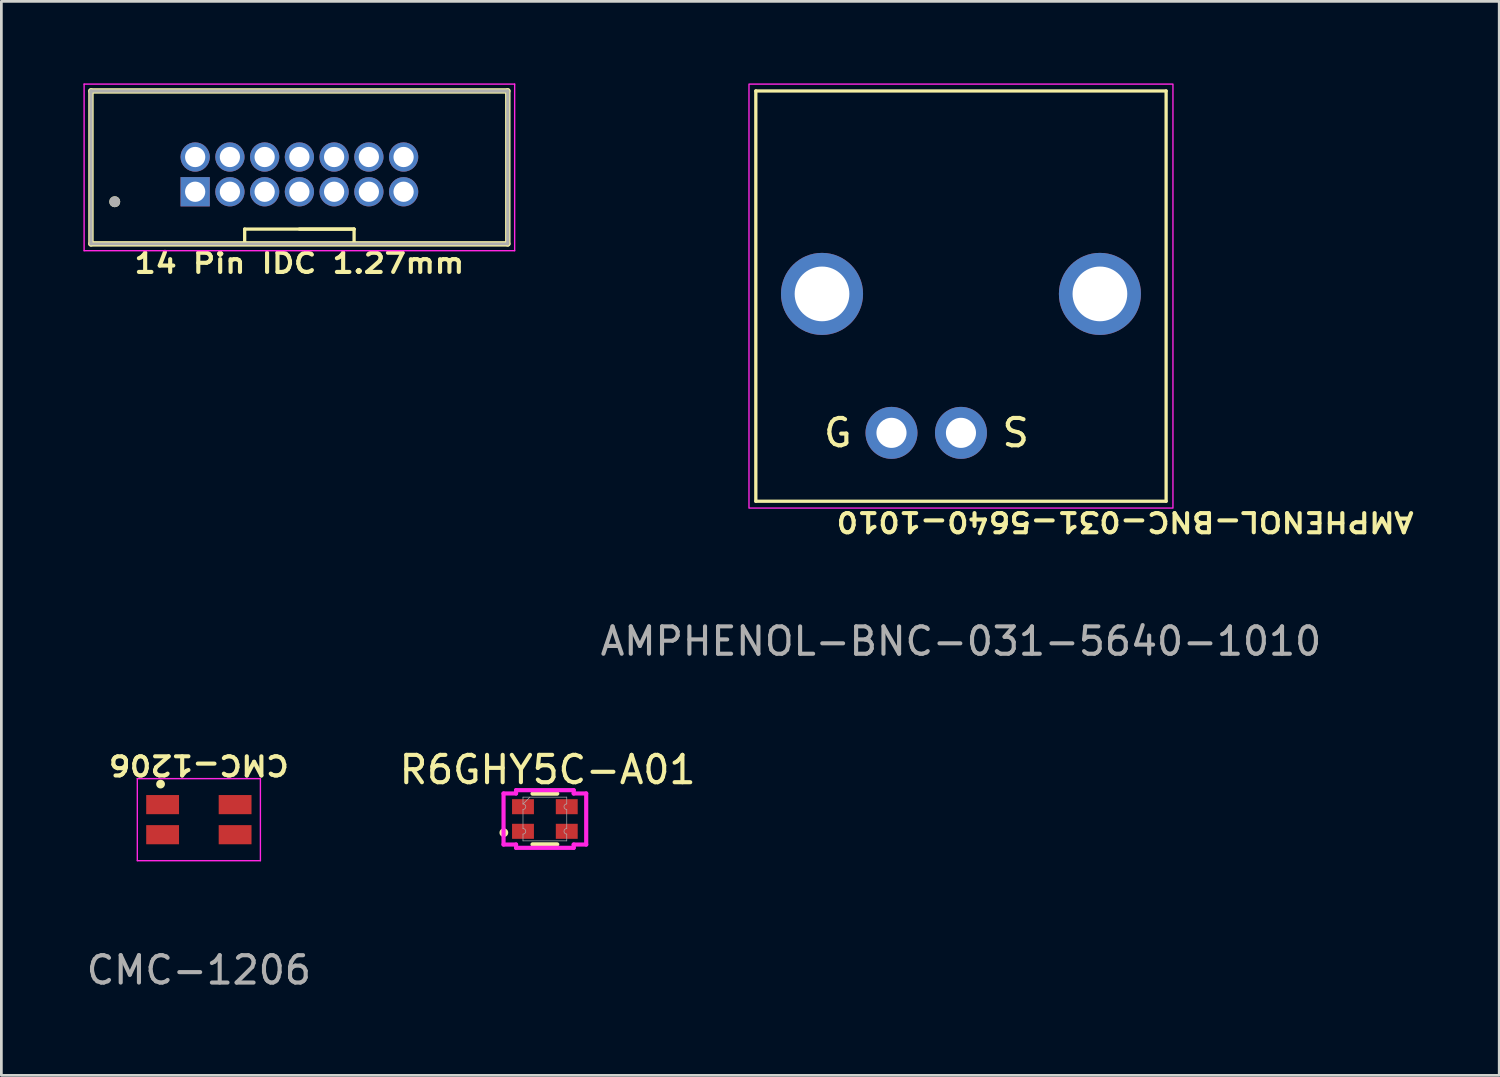
<source format=kicad_pcb>
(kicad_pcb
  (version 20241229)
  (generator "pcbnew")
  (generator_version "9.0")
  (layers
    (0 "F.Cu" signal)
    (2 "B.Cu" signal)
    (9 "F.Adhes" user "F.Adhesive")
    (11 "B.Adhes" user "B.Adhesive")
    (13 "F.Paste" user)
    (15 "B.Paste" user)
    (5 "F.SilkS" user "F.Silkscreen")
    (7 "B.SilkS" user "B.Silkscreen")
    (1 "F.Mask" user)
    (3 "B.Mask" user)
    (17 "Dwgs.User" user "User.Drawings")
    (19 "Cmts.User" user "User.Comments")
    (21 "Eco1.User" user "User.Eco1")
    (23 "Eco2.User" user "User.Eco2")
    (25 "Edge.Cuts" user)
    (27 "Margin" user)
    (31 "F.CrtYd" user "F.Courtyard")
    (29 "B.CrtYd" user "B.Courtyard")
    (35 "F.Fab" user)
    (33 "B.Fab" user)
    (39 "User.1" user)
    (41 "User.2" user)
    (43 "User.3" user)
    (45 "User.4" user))
  (footprint "R6GHY5C-A01"
    (layer "F.Cu")
    (at 16.87 26.892)
    (property "Reference" "R6GHY5C-A01" (at 0.1 -1.8 0) (unlocked yes) (layer "F.SilkS") (effects (font (size 1 1) (thickness 0.15))))
    (attr smd)
    (fp_line (start -0.452 -0.927) (end 0.452 -0.927) (stroke (width 0.152) (type solid)) (layer "F.SilkS"))
    (fp_line (start -0.452 0.927) (end 0.452 0.927) (stroke (width 0.152) (type solid)) (layer "F.SilkS"))
    (fp_circle (center -1.5 0.5) (end -1.4 0.5) (stroke (width 0.12) (type solid)) (fill yes) (layer "F.SilkS"))
    (fp_line (start -1.511 -0.933) (end -1.054 -0.933) (stroke (width 0.152) (type solid)) (layer "F.CrtYd"))
    (fp_line (start -1.511 0.933) (end -1.511 -0.933) (stroke (width 0.152) (type solid)) (layer "F.CrtYd"))
    (fp_line (start -1.511 0.933) (end -1.054 0.933) (stroke (width 0.152) (type solid)) (layer "F.CrtYd"))
    (fp_line (start -1.054 -1.054) (end 1.054 -1.054) (stroke (width 0.152) (type solid)) (layer "F.CrtYd"))
    (fp_line (start -1.054 -0.933) (end -1.054 -1.054) (stroke (width 0.152) (type solid)) (layer "F.CrtYd"))
    (fp_line (start -1.054 1.054) (end -1.054 0.933) (stroke (width 0.152) (type solid)) (layer "F.CrtYd"))
    (fp_line (start 1.054 -1.054) (end 1.054 -0.933) (stroke (width 0.152) (type solid)) (layer "F.CrtYd"))
    (fp_line (start 1.054 0.933) (end 1.054 1.054) (stroke (width 0.152) (type solid)) (layer "F.CrtYd"))
    (fp_line (start 1.054 1.054) (end -1.054 1.054) (stroke (width 0.152) (type solid)) (layer "F.CrtYd"))
    (fp_line (start 1.511 -0.933) (end 1.054 -0.933) (stroke (width 0.152) (type solid)) (layer "F.CrtYd"))
    (fp_line (start 1.511 -0.933) (end 1.511 0.933) (stroke (width 0.152) (type solid)) (layer "F.CrtYd"))
    (fp_line (start 1.511 0.933) (end 1.054 0.933) (stroke (width 0.152) (type solid)) (layer "F.CrtYd"))
    (fp_line (start -0.8 -0.8) (end 0.8 -0.8) (stroke (width 0.025) (type solid)) (layer "F.Fab"))
    (fp_line (start -0.8 -0.552) (end -0.8 -0.8) (stroke (width 0.025) (type solid)) (layer "F.Fab"))
    (fp_line (start -0.8 -0.348) (end -0.8 0.348) (stroke (width 0.025) (type solid)) (layer "F.Fab"))
    (fp_line (start -0.8 0.552) (end -0.8 0.8) (stroke (width 0.025) (type solid)) (layer "F.Fab"))
    (fp_line (start -0.8 0.8) (end 0.8 0.8) (stroke (width 0.025) (type solid)) (layer "F.Fab"))
    (fp_line (start -0.546 -0.8) (end -0.8 -0.546) (stroke (width 0.025) (type solid)) (layer "F.Fab"))
    (fp_line (start 0.8 -0.552) (end 0.8 -0.8) (stroke (width 0.025) (type solid)) (layer "F.Fab"))
    (fp_line (start 0.8 -0.348) (end 0.8 0.348) (stroke (width 0.025) (type solid)) (layer "F.Fab"))
    (fp_line (start 0.8 0.552) (end 0.8 0.8) (stroke (width 0.025) (type solid)) (layer "F.Fab"))
    (fp_arc (start -0.8001 -0.551599) (mid -0.6985 -0.449999) (end -0.8001 -0.348399) (stroke (width 0.0254) (type solid)) (layer "F.Fab"))
    (fp_arc (start -0.8001 0.348399) (mid -0.6985 0.449999) (end -0.8001 0.551599) (stroke (width 0.0254) (type solid)) (layer "F.Fab"))
    (fp_arc (start 0.8001 -0.348399) (mid 0.6985 -0.449999) (end 0.8001 -0.551599) (stroke (width 0.0254) (type solid)) (layer "F.Fab"))
    (fp_arc (start 0.8001 0.551599) (mid 0.6985 0.449999) (end 0.8001 0.348399) (stroke (width 0.0254) (type solid)) (layer "F.Fab"))
    (pad "1" smd rect (at -0.8 0.45) (size 0.8 0.55) (layers "F.Cu" "F.Mask" "F.Paste"))
    (pad "2" smd rect (at -0.8 -0.45) (size 0.8 0.55) (layers "F.Cu" "F.Mask" "F.Paste"))
    (pad "3" smd rect (at 0.8 -0.45) (size 0.8 0.55) (layers "F.Cu" "F.Mask" "F.Paste"))
    (pad "4" smd rect (at 0.8 0.45) (size 0.8 0.55) (layers "F.Cu" "F.Mask" "F.Paste")))
  (footprint "AMPHENOL-BNC-031-5640-1010"
    (layer "F.Cu")
    (at 32.082 12.775)
    (property "Reference" "AMPHENOL-BNC-031-5640-1010" (at 6 3.25 180) (unlocked yes) (layer "F.SilkS") (effects (font (size 0.7 0.8) (thickness 0.15))))
    (attr through_hole)
    (fp_line (start -7.5 -12.5) (end -7.5 2.5) (stroke (width 0.12) (type solid)) (layer "F.SilkS"))
    (fp_line (start -7.5 -12.5) (end 7.5 -12.5) (stroke (width 0.12) (type solid)) (layer "F.SilkS"))
    (fp_line (start -7.5 2.5) (end 7.5 2.5) (stroke (width 0.12) (type solid)) (layer "F.SilkS"))
    (fp_line (start 7.5 -12.5) (end 7.5 2.5) (stroke (width 0.12) (type solid)) (layer "F.SilkS"))
    (fp_rect (start -7.75 -12.75) (end 7.75 2.75) (stroke (width 0.05) (type solid)) (fill no) (layer "F.CrtYd"))
    (fp_text user "G" (at -4.5 0 0) (unlocked yes) (layer "F.SilkS") (effects (font (size 1 1) (thickness 0.15))))
    (fp_text user "S" (at 2 0 0) (unlocked yes) (layer "F.SilkS") (effects (font (size 1 1) (thickness 0.15))))
    (fp_text user "${REFERENCE}" (at 0 7.62 0) (unlocked yes) (layer "F.Fab") (effects (font (size 1 1) (thickness 0.15))))
    (pad "1" thru_hole circle (at 0 0) (size 1.9 1.9) (drill 1.1) (layers "*.Cu" "*.Mask"))
    (pad "2" thru_hole circle (at -5.08 -5.08) (size 3 3) (drill 2) (layers "*.Cu" "*.Mask"))
    (pad "2" thru_hole circle (at -2.54 0) (size 1.9 1.9) (drill 1.1) (layers "*.Cu" "*.Mask"))
    (pad "2" thru_hole circle (at 5.08 -5.08) (size 3 3) (drill 2) (layers "*.Cu" "*.Mask")))
  (footprint "14 Pin IDC 1.27mm"
    (layer "F.Cu")
    (at 7.895 3.325)
    (property "Reference" "14 Pin IDC 1.27mm" (at 0 3.25 180) (layer "F.SilkS") (effects (font (size 0.7 0.8) (thickness 0.15))))
    (attr through_hole)
    (fp_line (start -7.62 2.54) (end -7.62 -3.05) (stroke (width 0.2) (type solid)) (layer "F.SilkS"))
    (fp_line (start -2 2) (end -2 2.5) (stroke (width 0.12) (type default)) (layer "F.SilkS"))
    (fp_line (start -2 2) (end 2 2) (stroke (width 0.12) (type default)) (layer "F.SilkS"))
    (fp_line (start 2 2) (end 0 2) (stroke (width 0.12) (type default)) (layer "F.SilkS"))
    (fp_line (start 2 2) (end 2 2.5) (stroke (width 0.12) (type default)) (layer "F.SilkS"))
    (fp_line (start 7.62 -3.05) (end -7.62 -3.05) (stroke (width 0.2) (type solid)) (layer "F.SilkS"))
    (fp_line (start 7.62 -3.05) (end 7.62 2.54) (stroke (width 0.2) (type solid)) (layer "F.SilkS"))
    (fp_line (start 7.62 2.54) (end -7.62 2.54) (stroke (width 0.2) (type solid)) (layer "F.SilkS"))
    (fp_circle (center -6.75 1) (end -6.65 1) (stroke (width 0.2) (type solid)) (fill no) (layer "F.SilkS"))
    (fp_line (start -7.87 -3.3) (end 7.87 -3.3) (stroke (width 0.05) (type solid)) (layer "F.CrtYd"))
    (fp_line (start -7.87 2.79) (end -7.87 -3.3) (stroke (width 0.05) (type solid)) (layer "F.CrtYd"))
    (fp_line (start 7.87 -3.3) (end 7.87 2.79) (stroke (width 0.05) (type solid)) (layer "F.CrtYd"))
    (fp_line (start 7.87 2.79) (end -7.87 2.79) (stroke (width 0.05) (type solid)) (layer "F.CrtYd"))
    (fp_line (start -7.62 -3.05) (end 7.62 -3.05) (stroke (width 0.1) (type solid)) (layer "F.Fab"))
    (fp_line (start -7.62 -3.05) (end 7.62 -3.05) (stroke (width 0.1) (type solid)) (layer "F.Fab"))
    (fp_line (start -7.62 2.54) (end -7.62 -3.05) (stroke (width 0.1) (type solid)) (layer "F.Fab"))
    (fp_line (start -7.62 2.54) (end -7.62 -3.05) (stroke (width 0.1) (type solid)) (layer "F.Fab"))
    (fp_line (start 7.62 -3.05) (end 7.62 2.54) (stroke (width 0.1) (type solid)) (layer "F.Fab"))
    (fp_line (start 7.62 -3.05) (end 7.62 2.54) (stroke (width 0.1) (type solid)) (layer "F.Fab"))
    (fp_line (start 7.62 2.54) (end -7.62 2.54) (stroke (width 0.1) (type solid)) (layer "F.Fab"))
    (fp_circle (center -6.75 1) (end -6.65 1) (stroke (width 0.2) (type solid)) (fill no) (layer "F.Fab"))
    (pad "1" thru_hole rect (at -3.81 0.635) (size 1.07 1.07) (drill 0.74) (layers "*.Cu" "*.Mask"))
    (pad "2" thru_hole circle (at -3.81 -0.635) (size 1.07 1.07) (drill 0.74) (layers "*.Cu" "*.Mask"))
    (pad "3" thru_hole circle (at -2.54 0.635) (size 1.07 1.07) (drill 0.74) (layers "*.Cu" "*.Mask"))
    (pad "4" thru_hole circle (at -2.54 -0.635) (size 1.07 1.07) (drill 0.74) (layers "*.Cu" "*.Mask"))
    (pad "5" thru_hole circle (at -1.27 0.635) (size 1.07 1.07) (drill 0.74) (layers "*.Cu" "*.Mask"))
    (pad "6" thru_hole circle (at -1.27 -0.635) (size 1.07 1.07) (drill 0.74) (layers "*.Cu" "*.Mask"))
    (pad "7" thru_hole circle (at 0 0.635) (size 1.07 1.07) (drill 0.74) (layers "*.Cu" "*.Mask"))
    (pad "8" thru_hole circle (at 0 -0.635) (size 1.07 1.07) (drill 0.74) (layers "*.Cu" "*.Mask"))
    (pad "9" thru_hole circle (at 1.27 0.635) (size 1.07 1.07) (drill 0.74) (layers "*.Cu" "*.Mask"))
    (pad "10" thru_hole circle (at 1.27 -0.635) (size 1.07 1.07) (drill 0.74) (layers "*.Cu" "*.Mask"))
    (pad "11" thru_hole circle (at 2.54 0.635) (size 1.07 1.07) (drill 0.74) (layers "*.Cu" "*.Mask"))
    (pad "12" thru_hole circle (at 2.54 -0.635) (size 1.07 1.07) (drill 0.74) (layers "*.Cu" "*.Mask"))
    (pad "13" thru_hole circle (at 3.81 0.635) (size 1.07 1.07) (drill 0.74) (layers "*.Cu" "*.Mask"))
    (pad "14" thru_hole circle (at 3.81 -0.635) (size 1.07 1.07) (drill 0.74) (layers "*.Cu" "*.Mask")))
  (footprint "CMC-1206"
    (layer "F.Cu")
    (at 4.22 26.916)
    (property "Reference" "CMC-1206" (at 0 -2 180) (unlocked yes) (layer "F.SilkS") (effects (font (size 0.7 0.8) (thickness 0.15))))
    (attr smd)
    (fp_circle (center -1.4 -1.3) (end -1.3 -1.3) (stroke (width 0.12) (type solid)) (fill yes) (layer "F.SilkS"))
    (fp_line (start -2.25 -1.5) (end 2.25 -1.5) (stroke (width 0.05) (type default)) (layer "F.CrtYd"))
    (fp_line (start -2.25 1.5) (end -2.25 -1.5) (stroke (width 0.05) (type default)) (layer "F.CrtYd"))
    (fp_line (start 2.25 -1.5) (end 2.25 1.5) (stroke (width 0.05) (type default)) (layer "F.CrtYd"))
    (fp_line (start 2.25 1.5) (end -2.25 1.5) (stroke (width 0.05) (type default)) (layer "F.CrtYd"))
    (fp_text user "${REFERENCE}" (at 0 5.5 0) (unlocked yes) (layer "F.Fab") (effects (font (size 1 1) (thickness 0.15))))
    (pad "1" smd rect (at -1.325 -0.55) (size 1.2 0.7) (layers "F.Cu" "F.Mask" "F.Paste"))
    (pad "2" smd rect (at -1.325 0.55) (size 1.2 0.7) (layers "F.Cu" "F.Mask" "F.Paste"))
    (pad "3" smd rect (at 1.325 0.55) (size 1.2 0.7) (layers "F.Cu" "F.Mask" "F.Paste"))
    (pad "4" smd rect (at 1.325 -0.55) (size 1.2 0.7) (layers "F.Cu" "F.Mask" "F.Paste")))
  (gr_rect
    (start -3 -3)
    (end 51.76 36.264)
    (stroke (width 0.1) (type default))
    (fill no)
    (layer "Edge.Cuts")))
</source>
